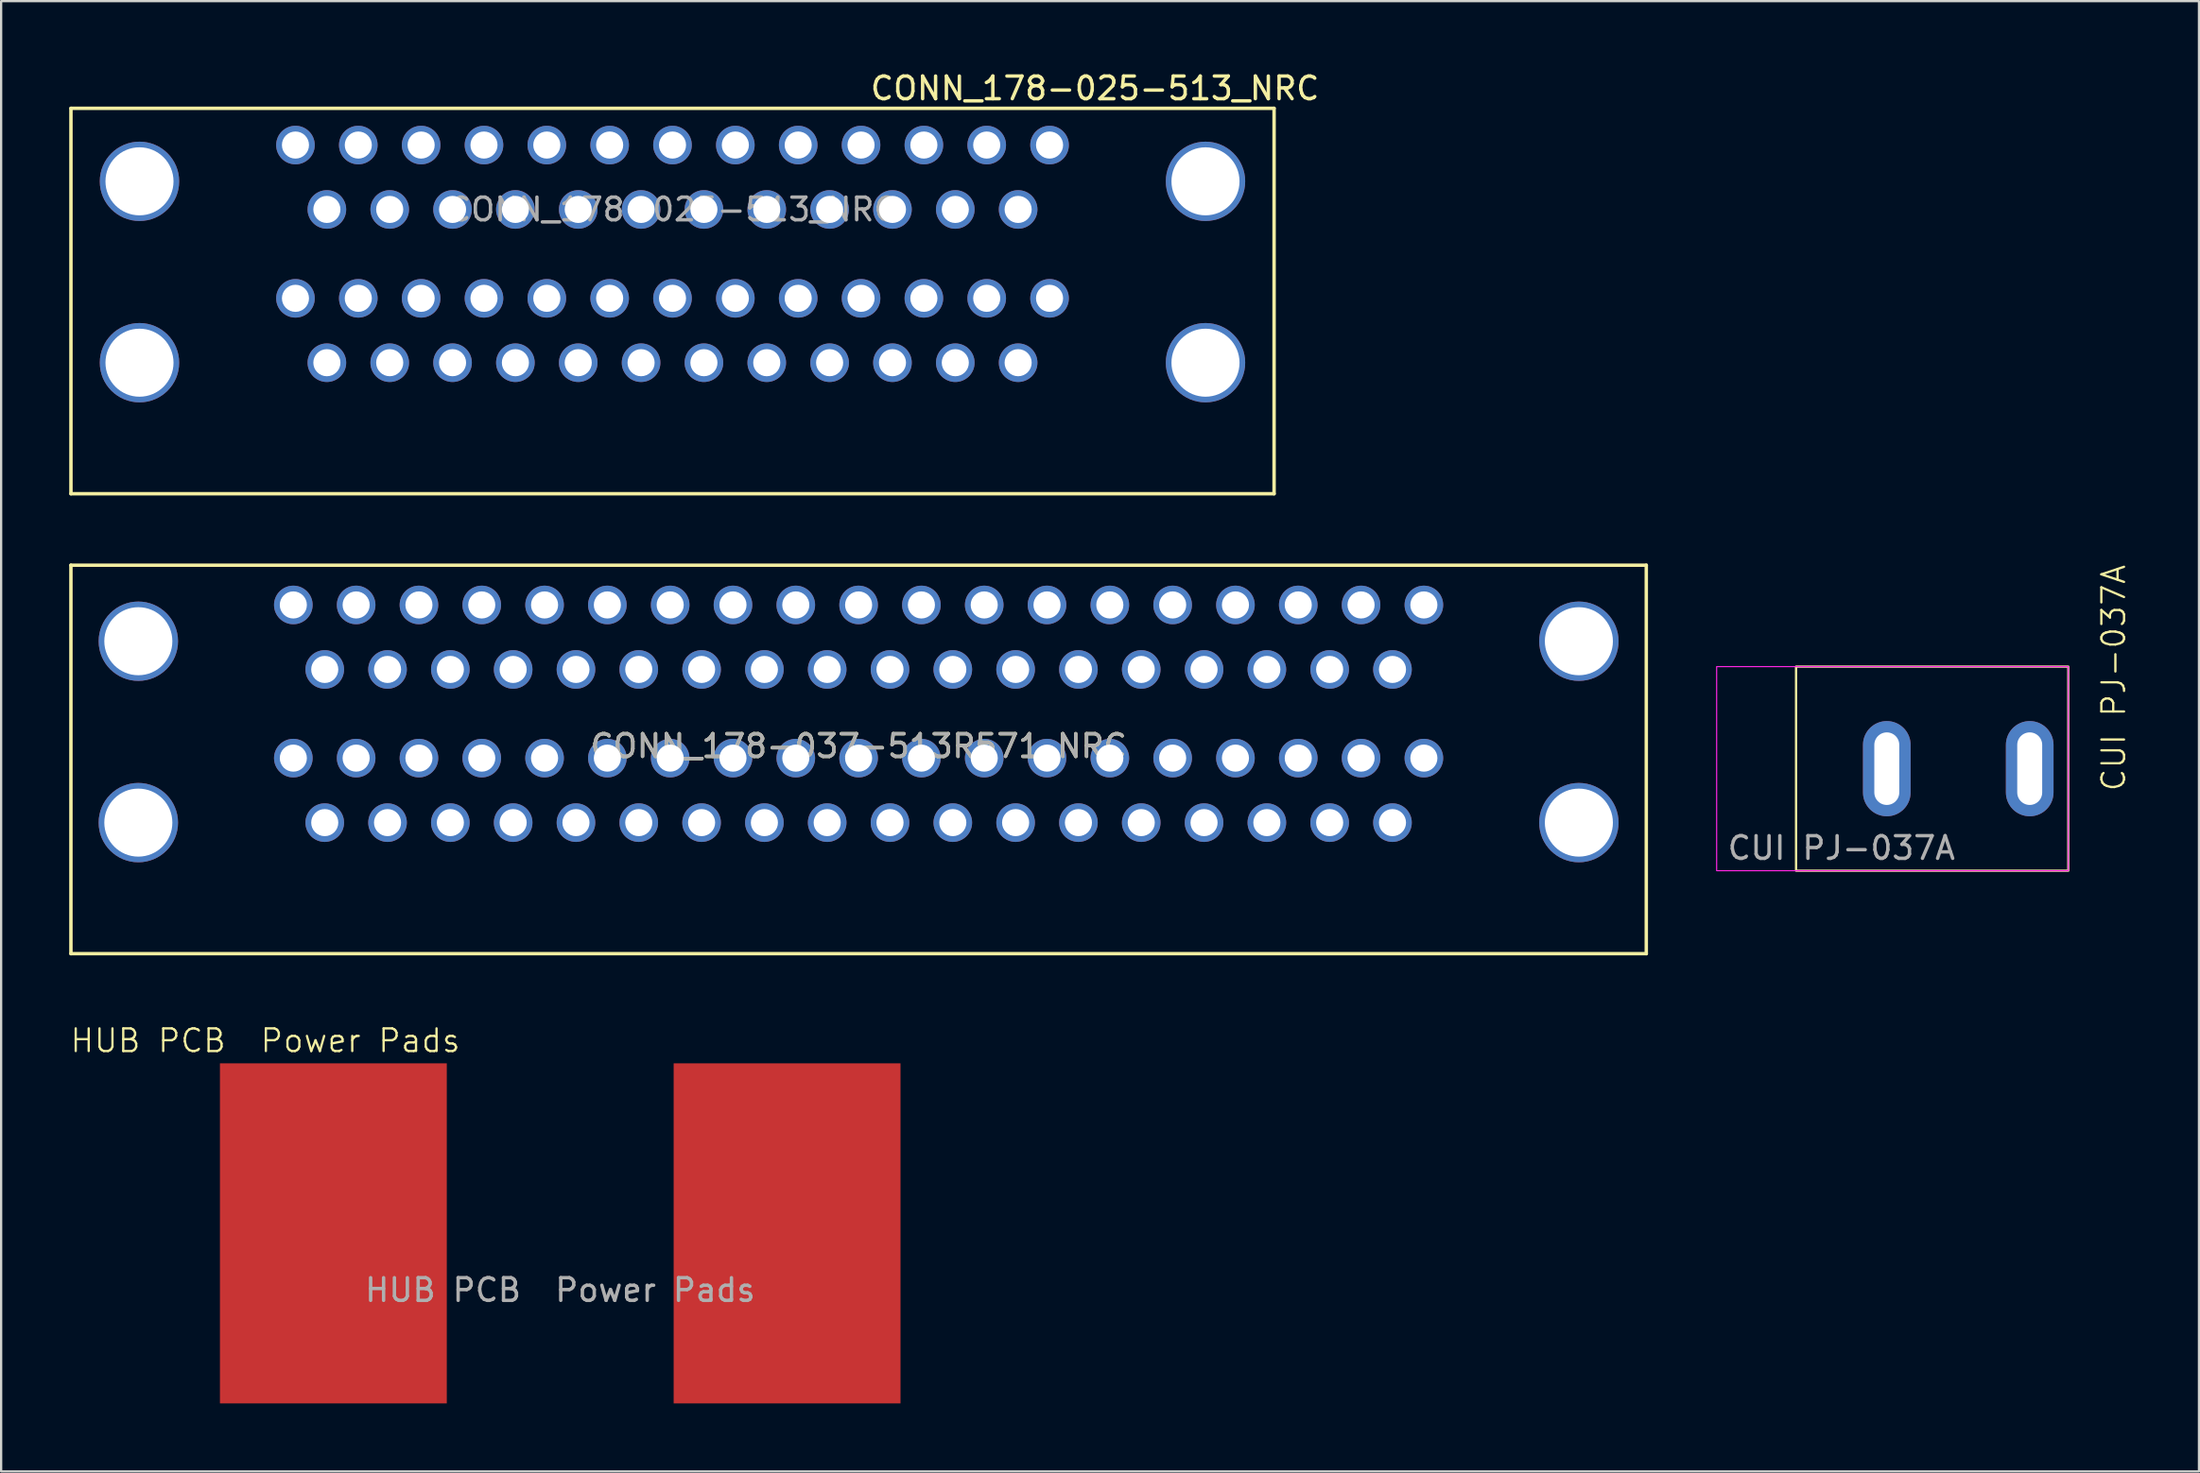
<source format=kicad_pcb>
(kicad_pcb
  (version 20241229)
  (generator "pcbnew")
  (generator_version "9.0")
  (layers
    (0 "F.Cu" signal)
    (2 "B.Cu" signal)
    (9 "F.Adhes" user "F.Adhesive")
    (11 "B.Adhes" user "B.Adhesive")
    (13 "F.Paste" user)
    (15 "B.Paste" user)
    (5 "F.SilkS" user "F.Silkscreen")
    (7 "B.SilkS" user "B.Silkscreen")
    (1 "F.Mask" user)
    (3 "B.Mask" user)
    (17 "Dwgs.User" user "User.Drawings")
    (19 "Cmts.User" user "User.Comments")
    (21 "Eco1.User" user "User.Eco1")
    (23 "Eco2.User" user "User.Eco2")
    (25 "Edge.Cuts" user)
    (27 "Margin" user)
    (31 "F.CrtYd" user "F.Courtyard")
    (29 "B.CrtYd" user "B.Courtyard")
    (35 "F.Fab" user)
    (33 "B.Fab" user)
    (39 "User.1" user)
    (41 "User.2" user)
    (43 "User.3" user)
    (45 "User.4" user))
  (footprint "HUB PCB  Power Pads"
    (layer "F.Cu")
    (at 21.645 51.351)
    (property "Reference" "HUB PCB  Power Pads" (at -13 -8.5 0) (unlocked yes) (layer "F.SilkS") (effects (font (size 1 1) (thickness 0.1))))
    (attr smd)
    (fp_text user "${REFERENCE}" (at 0 2.5 0) (unlocked yes) (layer "F.Fab") (effects (font (size 1 1) (thickness 0.15))))
    (pad "1" smd rect (at -10 0) (size 10 15) (layers "F.Cu" "F.Mask"))
    (pad "2" smd rect (at 10 0) (size 10 15) (layers "F.Cu" "F.Mask")))
  (footprint "CONN_178-037-513R571_NRC"
    (layer "F.Cu")
    (at 59.715 23.633)
    (property "Reference" "CONN_178-037-513R571_NRC" (at -24.917 6.223 0) (unlocked yes) (layer "F.SilkS") (effects (font (size 1 1) (thickness 0.15))))
    (attr through_hole)
    (fp_line (start -59.639 -1.753) (end -59.639 15.381) (stroke (width 0.152) (type solid)) (layer "F.SilkS"))
    (fp_line (start -59.639 15.381) (end 9.804 15.381) (stroke (width 0.152) (type solid)) (layer "F.SilkS"))
    (fp_line (start 9.804 -1.753) (end -59.639 -1.753) (stroke (width 0.152) (type solid)) (layer "F.SilkS"))
    (fp_line (start 9.804 15.381) (end 9.804 -1.753) (stroke (width 0.152) (type solid)) (layer "F.SilkS"))
    (fp_text user "${REFERENCE}" (at -24.917 6.223 0) (unlocked yes) (layer "F.Fab") (effects (font (size 1 1) (thickness 0.15))))
    (pad "1" thru_hole circle (at 0 0) (size 1.702 1.702) (drill 1.194) (layers "*.Cu" "*.Mask"))
    (pad "2" thru_hole circle (at -2.769 0) (size 1.702 1.702) (drill 1.194) (layers "*.Cu" "*.Mask"))
    (pad "3" thru_hole circle (at -5.537 0) (size 1.702 1.702) (drill 1.194) (layers "*.Cu" "*.Mask"))
    (pad "4" thru_hole circle (at -8.306 0) (size 1.702 1.702) (drill 1.194) (layers "*.Cu" "*.Mask"))
    (pad "5" thru_hole circle (at -11.074 0) (size 1.702 1.702) (drill 1.194) (layers "*.Cu" "*.Mask"))
    (pad "6" thru_hole circle (at -13.843 0) (size 1.702 1.702) (drill 1.194) (layers "*.Cu" "*.Mask"))
    (pad "7" thru_hole circle (at -16.612 0) (size 1.702 1.702) (drill 1.194) (layers "*.Cu" "*.Mask"))
    (pad "8" thru_hole circle (at -19.38 0) (size 1.702 1.702) (drill 1.194) (layers "*.Cu" "*.Mask"))
    (pad "9" thru_hole circle (at -22.149 0) (size 1.702 1.702) (drill 1.194) (layers "*.Cu" "*.Mask"))
    (pad "10" thru_hole circle (at -24.917 0) (size 1.702 1.702) (drill 1.194) (layers "*.Cu" "*.Mask"))
    (pad "11" thru_hole circle (at -27.686 0) (size 1.702 1.702) (drill 1.194) (layers "*.Cu" "*.Mask"))
    (pad "12" thru_hole circle (at -30.455 0) (size 1.702 1.702) (drill 1.194) (layers "*.Cu" "*.Mask"))
    (pad "13" thru_hole circle (at -33.223 0) (size 1.702 1.702) (drill 1.194) (layers "*.Cu" "*.Mask"))
    (pad "14" thru_hole circle (at -35.992 0) (size 1.702 1.702) (drill 1.194) (layers "*.Cu" "*.Mask"))
    (pad "15" thru_hole circle (at -38.76 0) (size 1.702 1.702) (drill 1.194) (layers "*.Cu" "*.Mask"))
    (pad "16" thru_hole circle (at -41.529 0) (size 1.702 1.702) (drill 1.194) (layers "*.Cu" "*.Mask"))
    (pad "17" thru_hole circle (at -44.298 0) (size 1.702 1.702) (drill 1.194) (layers "*.Cu" "*.Mask"))
    (pad "18" thru_hole circle (at -47.066 0) (size 1.702 1.702) (drill 1.194) (layers "*.Cu" "*.Mask"))
    (pad "19" thru_hole circle (at -49.835 0) (size 1.702 1.702) (drill 1.194) (layers "*.Cu" "*.Mask"))
    (pad "20" thru_hole circle (at -1.384 2.845) (size 1.702 1.702) (drill 1.194) (layers "*.Cu" "*.Mask"))
    (pad "21" thru_hole circle (at -4.153 2.845) (size 1.702 1.702) (drill 1.194) (layers "*.Cu" "*.Mask"))
    (pad "22" thru_hole circle (at -6.921 2.845) (size 1.702 1.702) (drill 1.194) (layers "*.Cu" "*.Mask"))
    (pad "23" thru_hole circle (at -9.69 2.845) (size 1.702 1.702) (drill 1.194) (layers "*.Cu" "*.Mask"))
    (pad "24" thru_hole circle (at -12.459 2.845) (size 1.702 1.702) (drill 1.194) (layers "*.Cu" "*.Mask"))
    (pad "25" thru_hole circle (at -15.227 2.845) (size 1.702 1.702) (drill 1.194) (layers "*.Cu" "*.Mask"))
    (pad "26" thru_hole circle (at -17.996 2.845) (size 1.702 1.702) (drill 1.194) (layers "*.Cu" "*.Mask"))
    (pad "27" thru_hole circle (at -20.765 2.845) (size 1.702 1.702) (drill 1.194) (layers "*.Cu" "*.Mask"))
    (pad "28" thru_hole circle (at -23.533 2.845) (size 1.702 1.702) (drill 1.194) (layers "*.Cu" "*.Mask"))
    (pad "29" thru_hole circle (at -26.302 2.845) (size 1.702 1.702) (drill 1.194) (layers "*.Cu" "*.Mask"))
    (pad "30" thru_hole circle (at -29.07 2.845) (size 1.702 1.702) (drill 1.194) (layers "*.Cu" "*.Mask"))
    (pad "31" thru_hole circle (at -31.839 2.845) (size 1.702 1.702) (drill 1.194) (layers "*.Cu" "*.Mask"))
    (pad "32" thru_hole circle (at -34.608 2.845) (size 1.702 1.702) (drill 1.194) (layers "*.Cu" "*.Mask"))
    (pad "33" thru_hole circle (at -37.376 2.845) (size 1.702 1.702) (drill 1.194) (layers "*.Cu" "*.Mask"))
    (pad "34" thru_hole circle (at -40.145 2.845) (size 1.702 1.702) (drill 1.194) (layers "*.Cu" "*.Mask"))
    (pad "35" thru_hole circle (at -42.913 2.845) (size 1.702 1.702) (drill 1.194) (layers "*.Cu" "*.Mask"))
    (pad "36" thru_hole circle (at -45.682 2.845) (size 1.702 1.702) (drill 1.194) (layers "*.Cu" "*.Mask"))
    (pad "37" thru_hole circle (at -48.45 2.845) (size 1.702 1.702) (drill 1.194) (layers "*.Cu" "*.Mask"))
    (pad "38" thru_hole circle (at 0 6.756) (size 1.702 1.702) (drill 1.194) (layers "*.Cu" "*.Mask"))
    (pad "39" thru_hole circle (at -2.769 6.756) (size 1.702 1.702) (drill 1.194) (layers "*.Cu" "*.Mask"))
    (pad "40" thru_hole circle (at -5.537 6.756) (size 1.702 1.702) (drill 1.194) (layers "*.Cu" "*.Mask"))
    (pad "41" thru_hole circle (at -8.306 6.756) (size 1.702 1.702) (drill 1.194) (layers "*.Cu" "*.Mask"))
    (pad "42" thru_hole circle (at -11.074 6.756) (size 1.702 1.702) (drill 1.194) (layers "*.Cu" "*.Mask"))
    (pad "43" thru_hole circle (at -13.843 6.756) (size 1.702 1.702) (drill 1.194) (layers "*.Cu" "*.Mask"))
    (pad "44" thru_hole circle (at -16.612 6.756) (size 1.702 1.702) (drill 1.194) (layers "*.Cu" "*.Mask"))
    (pad "45" thru_hole circle (at -19.38 6.756) (size 1.702 1.702) (drill 1.194) (layers "*.Cu" "*.Mask"))
    (pad "46" thru_hole circle (at -22.149 6.756) (size 1.702 1.702) (drill 1.194) (layers "*.Cu" "*.Mask"))
    (pad "47" thru_hole circle (at -24.917 6.756) (size 1.702 1.702) (drill 1.194) (layers "*.Cu" "*.Mask"))
    (pad "48" thru_hole circle (at -27.686 6.756) (size 1.702 1.702) (drill 1.194) (layers "*.Cu" "*.Mask"))
    (pad "49" thru_hole circle (at -30.455 6.756) (size 1.702 1.702) (drill 1.194) (layers "*.Cu" "*.Mask"))
    (pad "50" thru_hole circle (at -33.223 6.756) (size 1.702 1.702) (drill 1.194) (layers "*.Cu" "*.Mask"))
    (pad "51" thru_hole circle (at -35.992 6.756) (size 1.702 1.702) (drill 1.194) (layers "*.Cu" "*.Mask"))
    (pad "52" thru_hole circle (at -38.76 6.756) (size 1.702 1.702) (drill 1.194) (layers "*.Cu" "*.Mask"))
    (pad "53" thru_hole circle (at -41.529 6.756) (size 1.702 1.702) (drill 1.194) (layers "*.Cu" "*.Mask"))
    (pad "54" thru_hole circle (at -44.298 6.756) (size 1.702 1.702) (drill 1.194) (layers "*.Cu" "*.Mask"))
    (pad "55" thru_hole circle (at -47.066 6.756) (size 1.702 1.702) (drill 1.194) (layers "*.Cu" "*.Mask"))
    (pad "56" thru_hole circle (at -49.835 6.756) (size 1.702 1.702) (drill 1.194) (layers "*.Cu" "*.Mask"))
    (pad "57" thru_hole circle (at -1.384 9.601) (size 1.702 1.702) (drill 1.194) (layers "*.Cu" "*.Mask"))
    (pad "58" thru_hole circle (at -4.153 9.601) (size 1.702 1.702) (drill 1.194) (layers "*.Cu" "*.Mask"))
    (pad "59" thru_hole circle (at -6.921 9.601) (size 1.702 1.702) (drill 1.194) (layers "*.Cu" "*.Mask"))
    (pad "60" thru_hole circle (at -9.69 9.601) (size 1.702 1.702) (drill 1.194) (layers "*.Cu" "*.Mask"))
    (pad "61" thru_hole circle (at -12.459 9.601) (size 1.702 1.702) (drill 1.194) (layers "*.Cu" "*.Mask"))
    (pad "62" thru_hole circle (at -15.227 9.601) (size 1.702 1.702) (drill 1.194) (layers "*.Cu" "*.Mask"))
    (pad "63" thru_hole circle (at -17.996 9.601) (size 1.702 1.702) (drill 1.194) (layers "*.Cu" "*.Mask"))
    (pad "64" thru_hole circle (at -20.765 9.601) (size 1.702 1.702) (drill 1.194) (layers "*.Cu" "*.Mask"))
    (pad "65" thru_hole circle (at -23.533 9.601) (size 1.702 1.702) (drill 1.194) (layers "*.Cu" "*.Mask"))
    (pad "66" thru_hole circle (at -26.302 9.601) (size 1.702 1.702) (drill 1.194) (layers "*.Cu" "*.Mask"))
    (pad "67" thru_hole circle (at -29.07 9.601) (size 1.702 1.702) (drill 1.194) (layers "*.Cu" "*.Mask"))
    (pad "68" thru_hole circle (at -31.839 9.601) (size 1.702 1.702) (drill 1.194) (layers "*.Cu" "*.Mask"))
    (pad "69" thru_hole circle (at -34.608 9.601) (size 1.702 1.702) (drill 1.194) (layers "*.Cu" "*.Mask"))
    (pad "70" thru_hole circle (at -37.376 9.601) (size 1.702 1.702) (drill 1.194) (layers "*.Cu" "*.Mask"))
    (pad "71" thru_hole circle (at -40.145 9.601) (size 1.702 1.702) (drill 1.194) (layers "*.Cu" "*.Mask"))
    (pad "72" thru_hole circle (at -42.913 9.601) (size 1.702 1.702) (drill 1.194) (layers "*.Cu" "*.Mask"))
    (pad "73" thru_hole circle (at -45.682 9.601) (size 1.702 1.702) (drill 1.194) (layers "*.Cu" "*.Mask"))
    (pad "74" thru_hole circle (at -48.45 9.601) (size 1.702 1.702) (drill 1.194) (layers "*.Cu" "*.Mask"))
    (pad "MNT" thru_hole circle (at -56.667 1.6) (size 3.5 3.5) (drill 3) (layers "*.Cu" "*.Mask"))
    (pad "MNT" thru_hole circle (at -56.667 9.601) (size 3.5 3.5) (drill 3) (layers "*.Cu" "*.Mask"))
    (pad "MNT" thru_hole circle (at 6.833 1.6) (size 3.5 3.5) (drill 3) (layers "*.Cu" "*.Mask"))
    (pad "MNT" thru_hole circle (at 6.833 9.601) (size 3.5 3.5) (drill 3) (layers "*.Cu" "*.Mask")))
  (footprint "CONN_178-025-513_NRC"
    (layer "F.Cu")
    (at 43.215 3.348)
    (property "Reference" "CONN_178-025-513_NRC" (at 2 -2.5 0) (unlocked yes) (layer "F.SilkS") (effects (font (size 1 1) (thickness 0.15))))
    (attr through_hole)
    (fp_line (start -43.138 -1.62) (end -43.138 15.38) (stroke (width 0.152) (type solid)) (layer "F.SilkS"))
    (fp_line (start -43.138 15.38) (end 9.897 15.38) (stroke (width 0.152) (type solid)) (layer "F.SilkS"))
    (fp_line (start 9.897 -1.62) (end -43.138 -1.62) (stroke (width 0.152) (type solid)) (layer "F.SilkS"))
    (fp_line (start 9.897 15.38) (end 9.897 -1.62) (stroke (width 0.152) (type solid)) (layer "F.SilkS"))
    (fp_text user "${REFERENCE}" (at -16.621 2.84 0) (unlocked yes) (layer "F.Fab") (effects (font (size 1 1) (thickness 0.15))))
    (pad "1" thru_hole circle (at 0 0) (size 1.702 1.702) (drill 1.194) (layers "*.Cu" "*.Mask"))
    (pad "2" thru_hole circle (at -2.77 0) (size 1.702 1.702) (drill 1.194) (layers "*.Cu" "*.Mask"))
    (pad "3" thru_hole circle (at -5.54 0) (size 1.702 1.702) (drill 1.194) (layers "*.Cu" "*.Mask"))
    (pad "4" thru_hole circle (at -8.31 0) (size 1.702 1.702) (drill 1.194) (layers "*.Cu" "*.Mask"))
    (pad "5" thru_hole circle (at -11.08 0) (size 1.702 1.702) (drill 1.194) (layers "*.Cu" "*.Mask"))
    (pad "6" thru_hole circle (at -13.851 0) (size 1.702 1.702) (drill 1.194) (layers "*.Cu" "*.Mask"))
    (pad "7" thru_hole circle (at -16.621 0) (size 1.702 1.702) (drill 1.194) (layers "*.Cu" "*.Mask"))
    (pad "8" thru_hole circle (at -19.391 0) (size 1.702 1.702) (drill 1.194) (layers "*.Cu" "*.Mask"))
    (pad "9" thru_hole circle (at -22.161 0) (size 1.702 1.702) (drill 1.194) (layers "*.Cu" "*.Mask"))
    (pad "10" thru_hole circle (at -24.931 0) (size 1.702 1.702) (drill 1.194) (layers "*.Cu" "*.Mask"))
    (pad "11" thru_hole circle (at -27.701 0) (size 1.702 1.702) (drill 1.194) (layers "*.Cu" "*.Mask"))
    (pad "12" thru_hole circle (at -30.471 0) (size 1.702 1.702) (drill 1.194) (layers "*.Cu" "*.Mask"))
    (pad "13" thru_hole circle (at -33.241 0) (size 1.702 1.702) (drill 1.194) (layers "*.Cu" "*.Mask"))
    (pad "14" thru_hole circle (at -1.385 2.84) (size 1.702 1.702) (drill 1.194) (layers "*.Cu" "*.Mask"))
    (pad "15" thru_hole circle (at -4.155 2.84) (size 1.702 1.702) (drill 1.194) (layers "*.Cu" "*.Mask"))
    (pad "16" thru_hole circle (at -6.925 2.84) (size 1.702 1.702) (drill 1.194) (layers "*.Cu" "*.Mask"))
    (pad "17" thru_hole circle (at -9.695 2.84) (size 1.702 1.702) (drill 1.194) (layers "*.Cu" "*.Mask"))
    (pad "18" thru_hole circle (at -12.466 2.84) (size 1.702 1.702) (drill 1.194) (layers "*.Cu" "*.Mask"))
    (pad "19" thru_hole circle (at -15.236 2.84) (size 1.702 1.702) (drill 1.194) (layers "*.Cu" "*.Mask"))
    (pad "20" thru_hole circle (at -18.006 2.84) (size 1.702 1.702) (drill 1.194) (layers "*.Cu" "*.Mask"))
    (pad "21" thru_hole circle (at -20.776 2.84) (size 1.702 1.702) (drill 1.194) (layers "*.Cu" "*.Mask"))
    (pad "22" thru_hole circle (at -23.546 2.84) (size 1.702 1.702) (drill 1.194) (layers "*.Cu" "*.Mask"))
    (pad "23" thru_hole circle (at -26.316 2.84) (size 1.702 1.702) (drill 1.194) (layers "*.Cu" "*.Mask"))
    (pad "24" thru_hole circle (at -29.086 2.84) (size 1.702 1.702) (drill 1.194) (layers "*.Cu" "*.Mask"))
    (pad "25" thru_hole circle (at -31.856 2.84) (size 1.702 1.702) (drill 1.194) (layers "*.Cu" "*.Mask"))
    (pad "26" thru_hole circle (at 0 6.76) (size 1.702 1.702) (drill 1.194) (layers "*.Cu" "*.Mask"))
    (pad "27" thru_hole circle (at -2.77 6.76) (size 1.702 1.702) (drill 1.194) (layers "*.Cu" "*.Mask"))
    (pad "28" thru_hole circle (at -5.54 6.76) (size 1.702 1.702) (drill 1.194) (layers "*.Cu" "*.Mask"))
    (pad "29" thru_hole circle (at -8.31 6.76) (size 1.702 1.702) (drill 1.194) (layers "*.Cu" "*.Mask"))
    (pad "30" thru_hole circle (at -11.08 6.76) (size 1.702 1.702) (drill 1.194) (layers "*.Cu" "*.Mask"))
    (pad "31" thru_hole circle (at -13.851 6.76) (size 1.702 1.702) (drill 1.194) (layers "*.Cu" "*.Mask"))
    (pad "32" thru_hole circle (at -16.621 6.76) (size 1.702 1.702) (drill 1.194) (layers "*.Cu" "*.Mask"))
    (pad "33" thru_hole circle (at -19.391 6.76) (size 1.702 1.702) (drill 1.194) (layers "*.Cu" "*.Mask"))
    (pad "34" thru_hole circle (at -22.161 6.76) (size 1.702 1.702) (drill 1.194) (layers "*.Cu" "*.Mask"))
    (pad "35" thru_hole circle (at -24.931 6.76) (size 1.702 1.702) (drill 1.194) (layers "*.Cu" "*.Mask"))
    (pad "36" thru_hole circle (at -27.701 6.76) (size 1.702 1.702) (drill 1.194) (layers "*.Cu" "*.Mask"))
    (pad "37" thru_hole circle (at -30.471 6.76) (size 1.702 1.702) (drill 1.194) (layers "*.Cu" "*.Mask"))
    (pad "38" thru_hole circle (at -33.241 6.76) (size 1.702 1.702) (drill 1.194) (layers "*.Cu" "*.Mask"))
    (pad "39" thru_hole circle (at -1.385 9.6) (size 1.702 1.702) (drill 1.194) (layers "*.Cu" "*.Mask"))
    (pad "40" thru_hole circle (at -4.155 9.6) (size 1.702 1.702) (drill 1.194) (layers "*.Cu" "*.Mask"))
    (pad "41" thru_hole circle (at -6.925 9.6) (size 1.702 1.702) (drill 1.194) (layers "*.Cu" "*.Mask"))
    (pad "42" thru_hole circle (at -9.695 9.6) (size 1.702 1.702) (drill 1.194) (layers "*.Cu" "*.Mask"))
    (pad "43" thru_hole circle (at -12.466 9.6) (size 1.702 1.702) (drill 1.194) (layers "*.Cu" "*.Mask"))
    (pad "44" thru_hole circle (at -15.236 9.6) (size 1.702 1.702) (drill 1.194) (layers "*.Cu" "*.Mask"))
    (pad "45" thru_hole circle (at -18.006 9.6) (size 1.702 1.702) (drill 1.194) (layers "*.Cu" "*.Mask"))
    (pad "46" thru_hole circle (at -20.776 9.6) (size 1.702 1.702) (drill 1.194) (layers "*.Cu" "*.Mask"))
    (pad "47" thru_hole circle (at -23.546 9.6) (size 1.702 1.702) (drill 1.194) (layers "*.Cu" "*.Mask"))
    (pad "48" thru_hole circle (at -26.316 9.6) (size 1.702 1.702) (drill 1.194) (layers "*.Cu" "*.Mask"))
    (pad "49" thru_hole circle (at -29.086 9.6) (size 1.702 1.702) (drill 1.194) (layers "*.Cu" "*.Mask"))
    (pad "50" thru_hole circle (at -31.856 9.6) (size 1.702 1.702) (drill 1.194) (layers "*.Cu" "*.Mask"))
    (pad "MNT" thru_hole circle (at -40.116 1.6) (size 3.5 3.5) (drill 3) (layers "*.Cu" "*.Mask"))
    (pad "MNT" thru_hole circle (at -40.116 9.6) (size 3.5 3.5) (drill 3) (layers "*.Cu" "*.Mask"))
    (pad "MNT" thru_hole circle (at 6.874 1.6) (size 3.5 3.5) (drill 3) (layers "*.Cu" "*.Mask"))
    (pad "MNT" thru_hole circle (at 6.874 9.6) (size 3.5 3.5) (drill 3) (layers "*.Cu" "*.Mask")))
  (footprint "CUI PJ-037A"
    (layer "F.Cu")
    (at 80.121 30.854)
    (property "Reference" "CUI PJ-037A" (at 10 -4 90) (unlocked yes) (layer "F.SilkS") (effects (font (size 1 1) (thickness 0.1))))
    (attr through_hole)
    (fp_rect (start -4 -4.5) (end 8 4.5) (stroke (width 0.1) (type default)) (fill no) (layer "F.SilkS"))
    (fp_rect (start -7.5 -4.5) (end 8 4.5) (stroke (width 0.05) (type default)) (fill no) (layer "F.CrtYd"))
    (fp_text user "${REFERENCE}" (at -2 3.5 0) (unlocked yes) (layer "F.Fab") (effects (font (size 1 1) (thickness 0.15))))
    (pad "1" thru_hole oval (at 6.3 0) (size 2.1 4.2) (drill oval 1.1 3.2) (layers "*.Cu" "*.Mask") (remove_unused_layers yes) (keep_end_layers yes) (zone_layer_connections))
    (pad "2" thru_hole oval (at 0 0) (size 2.1 4.2) (drill oval 1.1 3.2) (layers "*.Cu" "*.Mask") (remove_unused_layers yes) (keep_end_layers yes) (zone_layer_connections)))
  (gr_rect
    (start -3 -3)
    (end 93.882 61.851)
    (stroke (width 0.1) (type default))
    (fill no)
    (layer "Edge.Cuts")))
</source>
